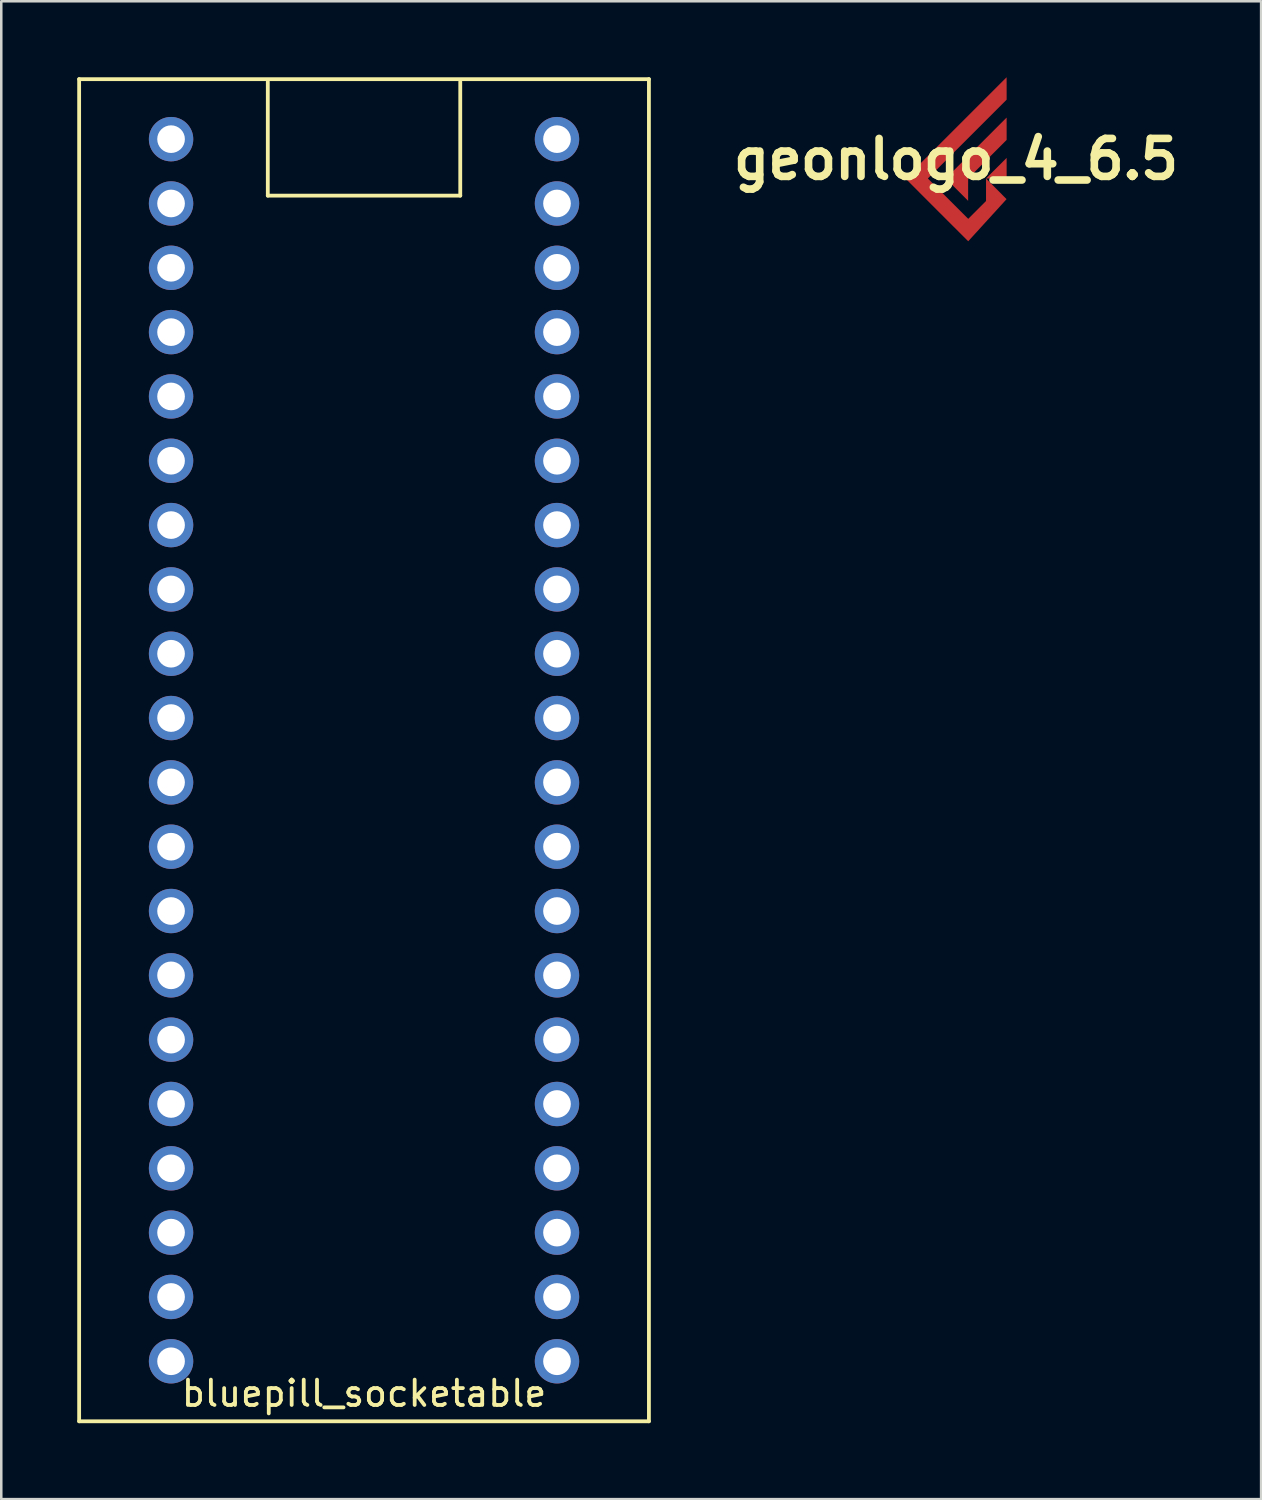
<source format=kicad_pcb>
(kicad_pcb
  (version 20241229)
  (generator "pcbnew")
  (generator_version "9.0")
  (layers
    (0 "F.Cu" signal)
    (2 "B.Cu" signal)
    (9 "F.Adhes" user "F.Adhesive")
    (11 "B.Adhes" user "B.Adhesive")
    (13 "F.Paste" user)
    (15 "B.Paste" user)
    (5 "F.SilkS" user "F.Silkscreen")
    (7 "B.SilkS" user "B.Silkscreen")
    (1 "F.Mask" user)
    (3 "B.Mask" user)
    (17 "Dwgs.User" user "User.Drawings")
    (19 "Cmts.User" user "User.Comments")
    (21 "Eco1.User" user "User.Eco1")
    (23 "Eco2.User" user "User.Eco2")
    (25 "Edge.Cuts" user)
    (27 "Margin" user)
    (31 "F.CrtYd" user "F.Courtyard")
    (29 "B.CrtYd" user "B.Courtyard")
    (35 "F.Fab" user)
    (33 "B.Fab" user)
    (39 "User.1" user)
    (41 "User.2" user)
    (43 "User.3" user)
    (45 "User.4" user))
  (footprint "bluepill_socketable"
    (layer "F.Cu")
    (at 11.325 26.575)
    (property "Reference" "bluepill_socketable" (at 0 25.4 0) (layer "F.SilkS") (effects (font (size 1 1) (thickness 0.15))))
    (attr through_hole)
    (fp_line (start -11.25 -26.5) (end 11.25 -26.5) (stroke (width 0.15) (type solid)) (layer "F.SilkS"))
    (fp_line (start -11.25 26.5) (end -11.25 -26.5) (stroke (width 0.15) (type solid)) (layer "F.SilkS"))
    (fp_line (start -3.8 -26.4) (end -3.8 -21.9) (stroke (width 0.15) (type solid)) (layer "F.SilkS"))
    (fp_line (start -3.8 -21.9) (end 3.8 -21.9) (stroke (width 0.15) (type solid)) (layer "F.SilkS"))
    (fp_line (start 3.8 -21.9) (end 3.8 -26.4) (stroke (width 0.15) (type solid)) (layer "F.SilkS"))
    (fp_line (start 11.25 -26.5) (end 11.25 26.5) (stroke (width 0.15) (type solid)) (layer "F.SilkS"))
    (fp_line (start 11.25 26.5) (end -11.25 26.5) (stroke (width 0.15) (type solid)) (layer "F.SilkS"))
    (pad "3V3" thru_hole circle (at -7.62 24.13) (size 1.753 1.753) (drill 1.092) (layers "*.Cu" "*.Mask"))
    (pad "3V3" thru_hole circle (at 7.62 -19.05) (size 1.753 1.753) (drill 1.092) (layers "*.Cu" "*.Mask"))
    (pad "5V" thru_hole circle (at -7.62 19.05) (size 1.753 1.753) (drill 1.092) (layers "*.Cu" "*.Mask"))
    (pad "G" thru_hole circle (at -7.62 21.59) (size 1.753 1.753) (drill 1.092) (layers "*.Cu" "*.Mask"))
    (pad "G" thru_hole circle (at 7.62 -24.13) (size 1.753 1.753) (drill 1.092) (layers "*.Cu" "*.Mask"))
    (pad "G" thru_hole circle (at 7.62 -21.59) (size 1.753 1.753) (drill 1.092) (layers "*.Cu" "*.Mask"))
    (pad "NRST" thru_hole circle (at 7.62 -16.51) (size 1.753 1.753) (drill 1.092) (layers "*.Cu" "*.Mask"))
    (pad "PA0" thru_hole circle (at 7.62 13.97) (size 1.753 1.753) (drill 1.092) (layers "*.Cu" "*.Mask"))
    (pad "PA1" thru_hole circle (at 7.62 11.43) (size 1.753 1.753) (drill 1.092) (layers "*.Cu" "*.Mask"))
    (pad "PA2" thru_hole circle (at 7.62 8.89) (size 1.753 1.753) (drill 1.092) (layers "*.Cu" "*.Mask"))
    (pad "PA3" thru_hole circle (at 7.62 6.35) (size 1.753 1.753) (drill 1.092) (layers "*.Cu" "*.Mask"))
    (pad "PA4" thru_hole circle (at 7.62 3.81) (size 1.753 1.753) (drill 1.092) (layers "*.Cu" "*.Mask"))
    (pad "PA5" thru_hole circle (at 7.62 1.27) (size 1.753 1.753) (drill 1.092) (layers "*.Cu" "*.Mask"))
    (pad "PA6" thru_hole circle (at 7.62 -1.27) (size 1.753 1.753) (drill 1.092) (layers "*.Cu" "*.Mask"))
    (pad "PA7" thru_hole circle (at 7.62 -3.81) (size 1.753 1.753) (drill 1.092) (layers "*.Cu" "*.Mask"))
    (pad "PA8" thru_hole circle (at -7.62 -13.97) (size 1.753 1.753) (drill 1.092) (layers "*.Cu" "*.Mask"))
    (pad "PA9" thru_hole circle (at -7.62 -11.43) (size 1.753 1.753) (drill 1.092) (layers "*.Cu" "*.Mask"))
    (pad "PA10" thru_hole circle (at -7.62 -8.89) (size 1.753 1.753) (drill 1.092) (layers "*.Cu" "*.Mask"))
    (pad "PA11" thru_hole circle (at -7.62 -6.35) (size 1.753 1.753) (drill 1.092) (layers "*.Cu" "*.Mask"))
    (pad "PA12" thru_hole circle (at -7.62 -3.81) (size 1.753 1.753) (drill 1.092) (layers "*.Cu" "*.Mask"))
    (pad "PA15" thru_hole circle (at -7.62 -1.27) (size 1.753 1.753) (drill 1.092) (layers "*.Cu" "*.Mask"))
    (pad "PB0" thru_hole circle (at 7.62 -6.35) (size 1.753 1.753) (drill 1.092) (layers "*.Cu" "*.Mask"))
    (pad "PB1" thru_hole circle (at 7.62 -8.89) (size 1.753 1.753) (drill 1.092) (layers "*.Cu" "*.Mask"))
    (pad "PB3" thru_hole circle (at -7.62 1.27) (size 1.753 1.753) (drill 1.092) (layers "*.Cu" "*.Mask"))
    (pad "PB4" thru_hole circle (at -7.62 3.81) (size 1.753 1.753) (drill 1.092) (layers "*.Cu" "*.Mask"))
    (pad "PB5" thru_hole circle (at -7.62 6.35) (size 1.753 1.753) (drill 1.092) (layers "*.Cu" "*.Mask"))
    (pad "PB6" thru_hole circle (at -7.62 8.89) (size 1.753 1.753) (drill 1.092) (layers "*.Cu" "*.Mask"))
    (pad "PB7" thru_hole circle (at -7.62 11.43) (size 1.753 1.753) (drill 1.092) (layers "*.Cu" "*.Mask"))
    (pad "PB8" thru_hole circle (at -7.62 13.97) (size 1.753 1.753) (drill 1.092) (layers "*.Cu" "*.Mask"))
    (pad "PB9" thru_hole circle (at -7.62 16.51) (size 1.753 1.753) (drill 1.092) (layers "*.Cu" "*.Mask"))
    (pad "PB10" thru_hole circle (at 7.62 -11.43) (size 1.753 1.753) (drill 1.092) (layers "*.Cu" "*.Mask"))
    (pad "PB11" thru_hole circle (at 7.62 -13.97) (size 1.753 1.753) (drill 1.092) (layers "*.Cu" "*.Mask"))
    (pad "PB12" thru_hole circle (at -7.62 -24.13) (size 1.753 1.753) (drill 1.092) (layers "*.Cu" "*.Mask"))
    (pad "PB13" thru_hole circle (at -7.62 -21.59) (size 1.753 1.753) (drill 1.092) (layers "*.Cu" "*.Mask"))
    (pad "PB14" thru_hole circle (at -7.62 -19.05) (size 1.753 1.753) (drill 1.092) (layers "*.Cu" "*.Mask"))
    (pad "PB15" thru_hole circle (at -7.62 -16.51) (size 1.753 1.753) (drill 1.092) (layers "*.Cu" "*.Mask"))
    (pad "PC13" thru_hole circle (at 7.62 21.59) (size 1.753 1.753) (drill 1.092) (layers "*.Cu" "*.Mask"))
    (pad "PC14" thru_hole circle (at 7.62 19.05) (size 1.753 1.753) (drill 1.092) (layers "*.Cu" "*.Mask"))
    (pad "PC15" thru_hole circle (at 7.62 16.51) (size 1.753 1.753) (drill 1.092) (layers "*.Cu" "*.Mask"))
    (pad "VBAT" thru_hole circle (at 7.62 24.13) (size 1.753 1.753) (drill 1.092) (layers "*.Cu" "*.Mask")))
  (footprint "geonlogo_4_6.5"
    (layer "F.Cu")
    (at 34.7 3.237)
    (property "Reference" "geonlogo_4_6.5" (at 0 0 0) (layer "F.SilkS") (effects (font (size 1.5 1.5) (thickness 0.3))))
    (attr board_only exclude_from_pos_files exclude_from_bom)
    (fp_poly (pts (xy 2.001 -1.204) (xy 2.001 -0.762) (xy 1.241 -0.001) (xy 0.481 0.759) (xy 0.48 1.201) (xy 0.48 1.644) (xy 0.038 1.202) (xy -0.404 0.76) (xy 0.799 -0.443) (xy 2.001 -1.645)) (stroke (width 0) (type solid)) (fill yes) (layer "F.Cu"))
    (fp_poly (pts (xy 2.001 -0.048) (xy 2.001 -0.041) (xy 2.001 -0.028) (xy 2.001 -0.011) (xy 2.001 0.01) (xy 2.001 0.035) (xy 2.001 0.064) (xy 2.001 0.096) (xy 2.001 0.131) (xy 2.001 0.169) (xy 2.001 0.209) (xy 2.001 0.252) (xy 2.001 0.296) (xy 2.001 0.342) (xy 2.001 0.355) (xy 2.001 0.76) (xy 1.595 0.76) (xy 1.189 0.76) (xy 1.594 0.355) (xy 1.633 0.316) (xy 1.671 0.278) (xy 1.708 0.241) (xy 1.744 0.206) (xy 1.777 0.172) (xy 1.81 0.14) (xy 1.84 0.109) (xy 1.868 0.081) (xy 1.894 0.055) (xy 1.918 0.032) (xy 1.939 0.011) (xy 1.957 -0.008) (xy 1.972 -0.023) (xy 1.984 -0.035) (xy 1.993 -0.044) (xy 1.999 -0.049) (xy 2.001 -0.051)) (stroke (width 0) (type solid)) (fill yes) (layer "F.Cu"))
    (fp_poly (pts (xy 2.001 -2.795) (xy 2.001 -2.352) (xy 0.445 -0.796) (xy -1.111 0.76) (xy -0.314 1.557) (xy 0.484 2.355) (xy 0.835 2.003) (xy 1.187 1.651) (xy 1.187 1.208) (xy 1.187 0.764) (xy 1.593 1.17) (xy 1.632 1.209) (xy 1.67 1.247) (xy 1.707 1.284) (xy 1.742 1.319) (xy 1.776 1.353) (xy 1.808 1.385) (xy 1.838 1.416) (xy 1.866 1.444) (xy 1.892 1.47) (xy 1.916 1.494) (xy 1.937 1.515) (xy 1.955 1.533) (xy 1.97 1.548) (xy 1.982 1.561) (xy 1.991 1.57) (xy 1.996 1.575) (xy 1.998 1.577) (xy 1.996 1.579) (xy 1.991 1.585) (xy 1.982 1.595) (xy 1.97 1.608) (xy 1.955 1.624) (xy 1.938 1.644) (xy 1.917 1.666) (xy 1.894 1.692) (xy 1.868 1.72) (xy 1.841 1.751) (xy 1.811 1.784) (xy 1.778 1.819) (xy 1.744 1.856) (xy 1.709 1.896) (xy 1.671 1.937) (xy 1.633 1.979) (xy 1.593 2.023) (xy 1.551 2.069) (xy 1.509 2.115) (xy 1.466 2.162) (xy 1.422 2.21) (xy 1.378 2.259) (xy 1.333 2.309) (xy 1.288 2.358) (xy 1.242 2.408) (xy 1.197 2.458) (xy 1.152 2.507) (xy 1.107 2.556) (xy 1.062 2.605) (xy 1.018 2.653) (xy 0.975 2.701) (xy 0.933 2.747) (xy 0.892 2.793) (xy 0.852 2.837) (xy 0.813 2.879) (xy 0.775 2.92) (xy 0.739 2.96) (xy 0.705 2.997) (xy 0.673 3.032) (xy 0.643 3.065) (xy 0.615 3.096) (xy 0.589 3.124) (xy 0.566 3.15) (xy 0.545 3.173) (xy 0.527 3.192) (xy 0.512 3.209) (xy 0.5 3.222) (xy 0.491 3.231) (xy 0.486 3.237) (xy 0.484 3.24) (xy 0.484 3.24) (xy 0.482 3.238) (xy 0.476 3.232) (xy 0.467 3.223) (xy 0.454 3.21) (xy 0.438 3.194) (xy 0.418 3.175) (xy 0.396 3.152) (xy 0.37 3.127) (xy 0.341 3.098) (xy 0.309 3.066) (xy 0.275 3.032) (xy 0.238 2.995) (xy 0.198 2.955) (xy 0.156 2.913) (xy 0.111 2.868) (xy 0.064 2.821) (xy 0.015 2.772) (xy -0.036 2.721) (xy -0.09 2.668) (xy -0.145 2.613) (xy -0.202 2.556) (xy -0.26 2.497) (xy -0.321 2.437) (xy -0.383 2.375) (xy -0.446 2.312) (xy -0.51 2.247) (xy -0.576 2.181) (xy -0.643 2.115) (xy -0.711 2.047) (xy -0.758 2) (xy -1.997 0.76) (xy 0.001 -1.238) (xy 2 -3.237)) (stroke (width 0) (type solid)) (fill yes) (layer "F.Cu"))
    (fp_poly (pts (xy 2.001 -1.204) (xy 2.001 -0.762) (xy 1.241 -0.001) (xy 0.481 0.759) (xy 0.48 1.201) (xy 0.48 1.644) (xy 0.038 1.202) (xy -0.404 0.76) (xy 0.799 -0.443) (xy 2.001 -1.645)) (stroke (width 0) (type solid)) (fill yes) (layer "F.Mask"))
    (fp_poly (pts (xy 2.001 -0.048) (xy 2.001 -0.041) (xy 2.001 -0.028) (xy 2.001 -0.011) (xy 2.001 0.01) (xy 2.001 0.035) (xy 2.001 0.064) (xy 2.001 0.096) (xy 2.001 0.131) (xy 2.001 0.169) (xy 2.001 0.209) (xy 2.001 0.252) (xy 2.001 0.296) (xy 2.001 0.342) (xy 2.001 0.355) (xy 2.001 0.76) (xy 1.595 0.76) (xy 1.189 0.76) (xy 1.594 0.355) (xy 1.633 0.316) (xy 1.671 0.278) (xy 1.708 0.241) (xy 1.744 0.206) (xy 1.777 0.172) (xy 1.81 0.14) (xy 1.84 0.109) (xy 1.868 0.081) (xy 1.894 0.055) (xy 1.918 0.032) (xy 1.939 0.011) (xy 1.957 -0.008) (xy 1.972 -0.023) (xy 1.984 -0.035) (xy 1.993 -0.044) (xy 1.999 -0.049) (xy 2.001 -0.051)) (stroke (width 0) (type solid)) (fill yes) (layer "F.Mask"))
    (fp_poly (pts (xy 2.001 -2.795) (xy 2.001 -2.352) (xy 0.445 -0.796) (xy -1.111 0.76) (xy -0.314 1.557) (xy 0.484 2.355) (xy 0.835 2.003) (xy 1.187 1.651) (xy 1.187 1.208) (xy 1.187 0.764) (xy 1.593 1.17) (xy 1.632 1.209) (xy 1.67 1.247) (xy 1.707 1.284) (xy 1.742 1.319) (xy 1.776 1.353) (xy 1.808 1.385) (xy 1.838 1.416) (xy 1.866 1.444) (xy 1.892 1.47) (xy 1.916 1.494) (xy 1.937 1.515) (xy 1.955 1.533) (xy 1.97 1.548) (xy 1.982 1.561) (xy 1.991 1.57) (xy 1.996 1.575) (xy 1.998 1.577) (xy 1.996 1.579) (xy 1.991 1.585) (xy 1.982 1.595) (xy 1.97 1.608) (xy 1.955 1.624) (xy 1.938 1.644) (xy 1.917 1.666) (xy 1.894 1.692) (xy 1.868 1.72) (xy 1.841 1.751) (xy 1.811 1.784) (xy 1.778 1.819) (xy 1.744 1.856) (xy 1.709 1.896) (xy 1.671 1.937) (xy 1.633 1.979) (xy 1.593 2.023) (xy 1.551 2.069) (xy 1.509 2.115) (xy 1.466 2.162) (xy 1.422 2.21) (xy 1.378 2.259) (xy 1.333 2.309) (xy 1.288 2.358) (xy 1.242 2.408) (xy 1.197 2.458) (xy 1.152 2.507) (xy 1.107 2.556) (xy 1.062 2.605) (xy 1.018 2.653) (xy 0.975 2.701) (xy 0.933 2.747) (xy 0.892 2.793) (xy 0.852 2.837) (xy 0.813 2.879) (xy 0.775 2.92) (xy 0.739 2.96) (xy 0.705 2.997) (xy 0.673 3.032) (xy 0.643 3.065) (xy 0.615 3.096) (xy 0.589 3.124) (xy 0.566 3.15) (xy 0.545 3.173) (xy 0.527 3.192) (xy 0.512 3.209) (xy 0.5 3.222) (xy 0.491 3.231) (xy 0.486 3.237) (xy 0.484 3.24) (xy 0.484 3.24) (xy 0.482 3.238) (xy 0.476 3.232) (xy 0.467 3.223) (xy 0.454 3.21) (xy 0.438 3.194) (xy 0.418 3.175) (xy 0.396 3.152) (xy 0.37 3.127) (xy 0.341 3.098) (xy 0.309 3.066) (xy 0.275 3.032) (xy 0.238 2.995) (xy 0.198 2.955) (xy 0.156 2.913) (xy 0.111 2.868) (xy 0.064 2.821) (xy 0.015 2.772) (xy -0.036 2.721) (xy -0.09 2.668) (xy -0.145 2.613) (xy -0.202 2.556) (xy -0.26 2.497) (xy -0.321 2.437) (xy -0.383 2.375) (xy -0.446 2.312) (xy -0.51 2.247) (xy -0.576 2.181) (xy -0.643 2.115) (xy -0.711 2.047) (xy -0.758 2) (xy -1.997 0.76) (xy 0.001 -1.238) (xy 2 -3.237)) (stroke (width 0) (type solid)) (fill yes) (layer "F.Mask")))
  (gr_rect
    (start -3 -3)
    (end 46.75 56.15)
    (stroke (width 0.1) (type default))
    (fill no)
    (layer "Edge.Cuts")))
</source>
